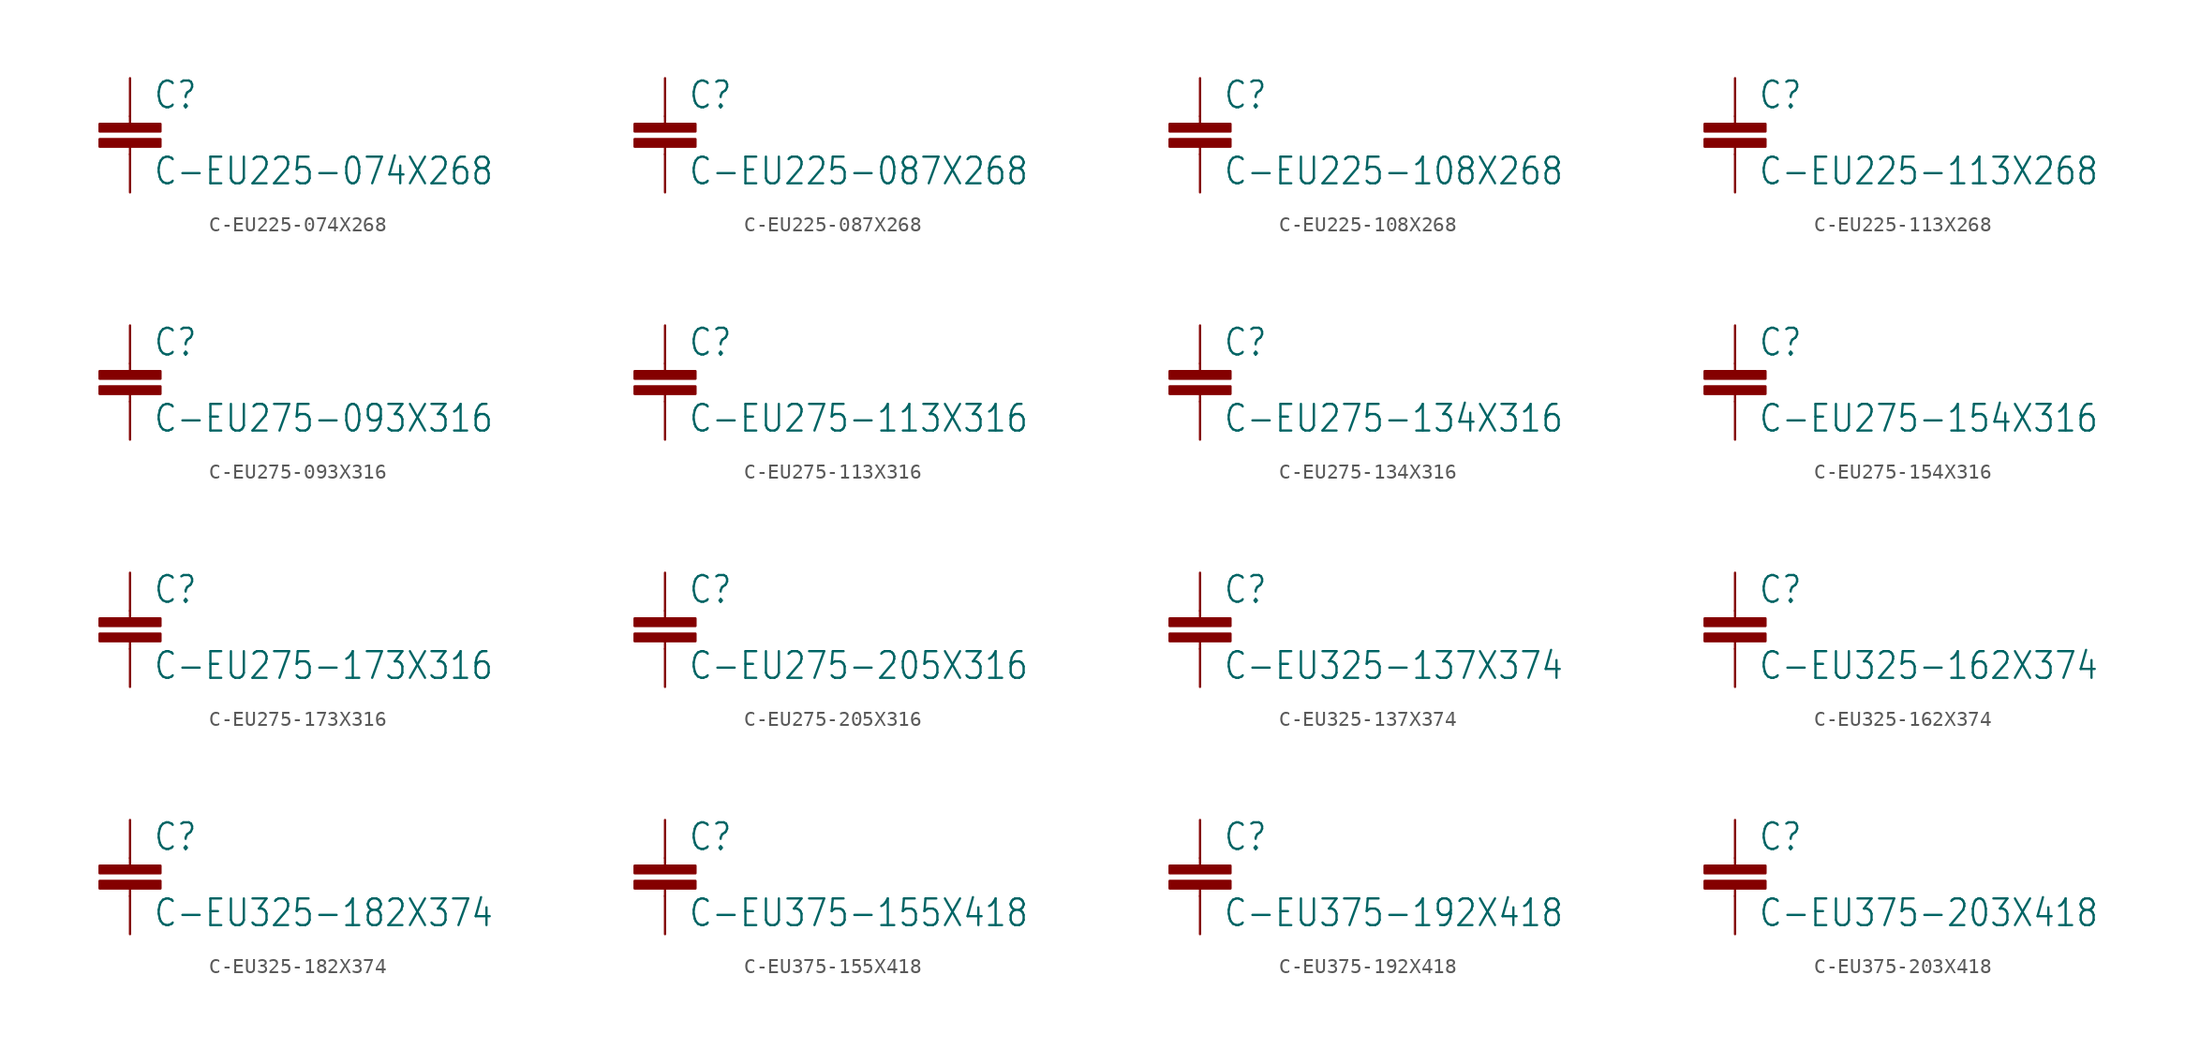
<source format=kicad_sym>
(kicad_symbol_lib
  (version 20220331)
  (generator kicad_symbol_editor)
  (symbol "C-EU225-074X268"
    (property "Reference" "C"
      (at 1.524 0.381 0)
      (effects (font (size 1.778 1.511)) (justify left bottom)))
    (property "Value" "C-EU225-074X268"
      (at 1.524 -4.699 0)
      (effects (font (size 1.778 1.511)) (justify left bottom)))
    (property "ki_locked" ""
      (at 0 0 0)
      (effects (font (size 1.27 1.27))))
    (symbol "C-EU225-074X268_1_0"
      (rectangle (start -2.032 -2.032) (end 2.032 -1.524) (stroke (width 0) (type default)) (fill (type outline)))
      (rectangle (start -2.032 -1.016) (end 2.032 -0.508) (stroke (width 0) (type default)) (fill (type outline)))
      (polyline (pts (xy 0 -2.54) (xy 0 -2.032)) (stroke (width 0.152) (type solid)) (fill (type none)))
      (polyline (pts (xy 0 0) (xy 0 -0.508)) (stroke (width 0.152) (type solid)) (fill (type none)))
      (pin passive line (at 0 2.54 270) (length 2.54) (name "1" (effects (font (size 0 0)))) (number "1" (effects (font (size 0 0)))))
      (pin passive line (at 0 -5.08 90) (length 2.54) (name "2" (effects (font (size 0 0)))) (number "2" (effects (font (size 0 0)))))))
  (symbol "C-EU225-087X268"
    (property "Reference" "C"
      (at 1.524 0.381 0)
      (effects (font (size 1.778 1.511)) (justify left bottom)))
    (property "Value" "C-EU225-087X268"
      (at 1.524 -4.699 0)
      (effects (font (size 1.778 1.511)) (justify left bottom)))
    (property "ki_locked" ""
      (at 0 0 0)
      (effects (font (size 1.27 1.27))))
    (symbol "C-EU225-087X268_1_0"
      (rectangle (start -2.032 -2.032) (end 2.032 -1.524) (stroke (width 0) (type default)) (fill (type outline)))
      (rectangle (start -2.032 -1.016) (end 2.032 -0.508) (stroke (width 0) (type default)) (fill (type outline)))
      (polyline (pts (xy 0 -2.54) (xy 0 -2.032)) (stroke (width 0.152) (type solid)) (fill (type none)))
      (polyline (pts (xy 0 0) (xy 0 -0.508)) (stroke (width 0.152) (type solid)) (fill (type none)))
      (pin passive line (at 0 2.54 270) (length 2.54) (name "1" (effects (font (size 0 0)))) (number "1" (effects (font (size 0 0)))))
      (pin passive line (at 0 -5.08 90) (length 2.54) (name "2" (effects (font (size 0 0)))) (number "2" (effects (font (size 0 0)))))))
  (symbol "C-EU225-108X268"
    (property "Reference" "C"
      (at 1.524 0.381 0)
      (effects (font (size 1.778 1.511)) (justify left bottom)))
    (property "Value" "C-EU225-108X268"
      (at 1.524 -4.699 0)
      (effects (font (size 1.778 1.511)) (justify left bottom)))
    (property "ki_locked" ""
      (at 0 0 0)
      (effects (font (size 1.27 1.27))))
    (symbol "C-EU225-108X268_1_0"
      (rectangle (start -2.032 -2.032) (end 2.032 -1.524) (stroke (width 0) (type default)) (fill (type outline)))
      (rectangle (start -2.032 -1.016) (end 2.032 -0.508) (stroke (width 0) (type default)) (fill (type outline)))
      (polyline (pts (xy 0 -2.54) (xy 0 -2.032)) (stroke (width 0.152) (type solid)) (fill (type none)))
      (polyline (pts (xy 0 0) (xy 0 -0.508)) (stroke (width 0.152) (type solid)) (fill (type none)))
      (pin passive line (at 0 2.54 270) (length 2.54) (name "1" (effects (font (size 0 0)))) (number "1" (effects (font (size 0 0)))))
      (pin passive line (at 0 -5.08 90) (length 2.54) (name "2" (effects (font (size 0 0)))) (number "2" (effects (font (size 0 0)))))))
  (symbol "C-EU225-113X268"
    (property "Reference" "C"
      (at 1.524 0.381 0)
      (effects (font (size 1.778 1.511)) (justify left bottom)))
    (property "Value" "C-EU225-113X268"
      (at 1.524 -4.699 0)
      (effects (font (size 1.778 1.511)) (justify left bottom)))
    (property "ki_locked" ""
      (at 0 0 0)
      (effects (font (size 1.27 1.27))))
    (symbol "C-EU225-113X268_1_0"
      (rectangle (start -2.032 -2.032) (end 2.032 -1.524) (stroke (width 0) (type default)) (fill (type outline)))
      (rectangle (start -2.032 -1.016) (end 2.032 -0.508) (stroke (width 0) (type default)) (fill (type outline)))
      (polyline (pts (xy 0 -2.54) (xy 0 -2.032)) (stroke (width 0.152) (type solid)) (fill (type none)))
      (polyline (pts (xy 0 0) (xy 0 -0.508)) (stroke (width 0.152) (type solid)) (fill (type none)))
      (pin passive line (at 0 2.54 270) (length 2.54) (name "1" (effects (font (size 0 0)))) (number "1" (effects (font (size 0 0)))))
      (pin passive line (at 0 -5.08 90) (length 2.54) (name "2" (effects (font (size 0 0)))) (number "2" (effects (font (size 0 0)))))))
  (symbol "C-EU275-093X316"
    (property "Reference" "C"
      (at 1.524 0.381 0)
      (effects (font (size 1.778 1.511)) (justify left bottom)))
    (property "Value" "C-EU275-093X316"
      (at 1.524 -4.699 0)
      (effects (font (size 1.778 1.511)) (justify left bottom)))
    (property "ki_locked" ""
      (at 0 0 0)
      (effects (font (size 1.27 1.27))))
    (symbol "C-EU275-093X316_1_0"
      (rectangle (start -2.032 -2.032) (end 2.032 -1.524) (stroke (width 0) (type default)) (fill (type outline)))
      (rectangle (start -2.032 -1.016) (end 2.032 -0.508) (stroke (width 0) (type default)) (fill (type outline)))
      (polyline (pts (xy 0 -2.54) (xy 0 -2.032)) (stroke (width 0.152) (type solid)) (fill (type none)))
      (polyline (pts (xy 0 0) (xy 0 -0.508)) (stroke (width 0.152) (type solid)) (fill (type none)))
      (pin passive line (at 0 2.54 270) (length 2.54) (name "1" (effects (font (size 0 0)))) (number "1" (effects (font (size 0 0)))))
      (pin passive line (at 0 -5.08 90) (length 2.54) (name "2" (effects (font (size 0 0)))) (number "2" (effects (font (size 0 0)))))))
  (symbol "C-EU275-113X316"
    (property "Reference" "C"
      (at 1.524 0.381 0)
      (effects (font (size 1.778 1.511)) (justify left bottom)))
    (property "Value" "C-EU275-113X316"
      (at 1.524 -4.699 0)
      (effects (font (size 1.778 1.511)) (justify left bottom)))
    (property "ki_locked" ""
      (at 0 0 0)
      (effects (font (size 1.27 1.27))))
    (symbol "C-EU275-113X316_1_0"
      (rectangle (start -2.032 -2.032) (end 2.032 -1.524) (stroke (width 0) (type default)) (fill (type outline)))
      (rectangle (start -2.032 -1.016) (end 2.032 -0.508) (stroke (width 0) (type default)) (fill (type outline)))
      (polyline (pts (xy 0 -2.54) (xy 0 -2.032)) (stroke (width 0.152) (type solid)) (fill (type none)))
      (polyline (pts (xy 0 0) (xy 0 -0.508)) (stroke (width 0.152) (type solid)) (fill (type none)))
      (pin passive line (at 0 2.54 270) (length 2.54) (name "1" (effects (font (size 0 0)))) (number "1" (effects (font (size 0 0)))))
      (pin passive line (at 0 -5.08 90) (length 2.54) (name "2" (effects (font (size 0 0)))) (number "2" (effects (font (size 0 0)))))))
  (symbol "C-EU275-134X316"
    (property "Reference" "C"
      (at 1.524 0.381 0)
      (effects (font (size 1.778 1.511)) (justify left bottom)))
    (property "Value" "C-EU275-134X316"
      (at 1.524 -4.699 0)
      (effects (font (size 1.778 1.511)) (justify left bottom)))
    (property "ki_locked" ""
      (at 0 0 0)
      (effects (font (size 1.27 1.27))))
    (symbol "C-EU275-134X316_1_0"
      (rectangle (start -2.032 -2.032) (end 2.032 -1.524) (stroke (width 0) (type default)) (fill (type outline)))
      (rectangle (start -2.032 -1.016) (end 2.032 -0.508) (stroke (width 0) (type default)) (fill (type outline)))
      (polyline (pts (xy 0 -2.54) (xy 0 -2.032)) (stroke (width 0.152) (type solid)) (fill (type none)))
      (polyline (pts (xy 0 0) (xy 0 -0.508)) (stroke (width 0.152) (type solid)) (fill (type none)))
      (pin passive line (at 0 2.54 270) (length 2.54) (name "1" (effects (font (size 0 0)))) (number "1" (effects (font (size 0 0)))))
      (pin passive line (at 0 -5.08 90) (length 2.54) (name "2" (effects (font (size 0 0)))) (number "2" (effects (font (size 0 0)))))))
  (symbol "C-EU275-154X316"
    (property "Reference" "C"
      (at 1.524 0.381 0)
      (effects (font (size 1.778 1.511)) (justify left bottom)))
    (property "Value" "C-EU275-154X316"
      (at 1.524 -4.699 0)
      (effects (font (size 1.778 1.511)) (justify left bottom)))
    (property "ki_locked" ""
      (at 0 0 0)
      (effects (font (size 1.27 1.27))))
    (symbol "C-EU275-154X316_1_0"
      (rectangle (start -2.032 -2.032) (end 2.032 -1.524) (stroke (width 0) (type default)) (fill (type outline)))
      (rectangle (start -2.032 -1.016) (end 2.032 -0.508) (stroke (width 0) (type default)) (fill (type outline)))
      (polyline (pts (xy 0 -2.54) (xy 0 -2.032)) (stroke (width 0.152) (type solid)) (fill (type none)))
      (polyline (pts (xy 0 0) (xy 0 -0.508)) (stroke (width 0.152) (type solid)) (fill (type none)))
      (pin passive line (at 0 2.54 270) (length 2.54) (name "1" (effects (font (size 0 0)))) (number "1" (effects (font (size 0 0)))))
      (pin passive line (at 0 -5.08 90) (length 2.54) (name "2" (effects (font (size 0 0)))) (number "2" (effects (font (size 0 0)))))))
  (symbol "C-EU275-173X316"
    (property "Reference" "C"
      (at 1.524 0.381 0)
      (effects (font (size 1.778 1.511)) (justify left bottom)))
    (property "Value" "C-EU275-173X316"
      (at 1.524 -4.699 0)
      (effects (font (size 1.778 1.511)) (justify left bottom)))
    (property "ki_locked" ""
      (at 0 0 0)
      (effects (font (size 1.27 1.27))))
    (symbol "C-EU275-173X316_1_0"
      (rectangle (start -2.032 -2.032) (end 2.032 -1.524) (stroke (width 0) (type default)) (fill (type outline)))
      (rectangle (start -2.032 -1.016) (end 2.032 -0.508) (stroke (width 0) (type default)) (fill (type outline)))
      (polyline (pts (xy 0 -2.54) (xy 0 -2.032)) (stroke (width 0.152) (type solid)) (fill (type none)))
      (polyline (pts (xy 0 0) (xy 0 -0.508)) (stroke (width 0.152) (type solid)) (fill (type none)))
      (pin passive line (at 0 2.54 270) (length 2.54) (name "1" (effects (font (size 0 0)))) (number "1" (effects (font (size 0 0)))))
      (pin passive line (at 0 -5.08 90) (length 2.54) (name "2" (effects (font (size 0 0)))) (number "2" (effects (font (size 0 0)))))))
  (symbol "C-EU275-205X316"
    (property "Reference" "C"
      (at 1.524 0.381 0)
      (effects (font (size 1.778 1.511)) (justify left bottom)))
    (property "Value" "C-EU275-205X316"
      (at 1.524 -4.699 0)
      (effects (font (size 1.778 1.511)) (justify left bottom)))
    (property "ki_locked" ""
      (at 0 0 0)
      (effects (font (size 1.27 1.27))))
    (symbol "C-EU275-205X316_1_0"
      (rectangle (start -2.032 -2.032) (end 2.032 -1.524) (stroke (width 0) (type default)) (fill (type outline)))
      (rectangle (start -2.032 -1.016) (end 2.032 -0.508) (stroke (width 0) (type default)) (fill (type outline)))
      (polyline (pts (xy 0 -2.54) (xy 0 -2.032)) (stroke (width 0.152) (type solid)) (fill (type none)))
      (polyline (pts (xy 0 0) (xy 0 -0.508)) (stroke (width 0.152) (type solid)) (fill (type none)))
      (pin passive line (at 0 2.54 270) (length 2.54) (name "1" (effects (font (size 0 0)))) (number "1" (effects (font (size 0 0)))))
      (pin passive line (at 0 -5.08 90) (length 2.54) (name "2" (effects (font (size 0 0)))) (number "2" (effects (font (size 0 0)))))))
  (symbol "C-EU325-137X374"
    (property "Reference" "C"
      (at 1.524 0.381 0)
      (effects (font (size 1.778 1.511)) (justify left bottom)))
    (property "Value" "C-EU325-137X374"
      (at 1.524 -4.699 0)
      (effects (font (size 1.778 1.511)) (justify left bottom)))
    (property "ki_locked" ""
      (at 0 0 0)
      (effects (font (size 1.27 1.27))))
    (symbol "C-EU325-137X374_1_0"
      (rectangle (start -2.032 -2.032) (end 2.032 -1.524) (stroke (width 0) (type default)) (fill (type outline)))
      (rectangle (start -2.032 -1.016) (end 2.032 -0.508) (stroke (width 0) (type default)) (fill (type outline)))
      (polyline (pts (xy 0 -2.54) (xy 0 -2.032)) (stroke (width 0.152) (type solid)) (fill (type none)))
      (polyline (pts (xy 0 0) (xy 0 -0.508)) (stroke (width 0.152) (type solid)) (fill (type none)))
      (pin passive line (at 0 2.54 270) (length 2.54) (name "1" (effects (font (size 0 0)))) (number "1" (effects (font (size 0 0)))))
      (pin passive line (at 0 -5.08 90) (length 2.54) (name "2" (effects (font (size 0 0)))) (number "2" (effects (font (size 0 0)))))))
  (symbol "C-EU325-162X374"
    (property "Reference" "C"
      (at 1.524 0.381 0)
      (effects (font (size 1.778 1.511)) (justify left bottom)))
    (property "Value" "C-EU325-162X374"
      (at 1.524 -4.699 0)
      (effects (font (size 1.778 1.511)) (justify left bottom)))
    (property "ki_locked" ""
      (at 0 0 0)
      (effects (font (size 1.27 1.27))))
    (symbol "C-EU325-162X374_1_0"
      (rectangle (start -2.032 -2.032) (end 2.032 -1.524) (stroke (width 0) (type default)) (fill (type outline)))
      (rectangle (start -2.032 -1.016) (end 2.032 -0.508) (stroke (width 0) (type default)) (fill (type outline)))
      (polyline (pts (xy 0 -2.54) (xy 0 -2.032)) (stroke (width 0.152) (type solid)) (fill (type none)))
      (polyline (pts (xy 0 0) (xy 0 -0.508)) (stroke (width 0.152) (type solid)) (fill (type none)))
      (pin passive line (at 0 2.54 270) (length 2.54) (name "1" (effects (font (size 0 0)))) (number "1" (effects (font (size 0 0)))))
      (pin passive line (at 0 -5.08 90) (length 2.54) (name "2" (effects (font (size 0 0)))) (number "2" (effects (font (size 0 0)))))))
  (symbol "C-EU325-182X374"
    (property "Reference" "C"
      (at 1.524 0.381 0)
      (effects (font (size 1.778 1.511)) (justify left bottom)))
    (property "Value" "C-EU325-182X374"
      (at 1.524 -4.699 0)
      (effects (font (size 1.778 1.511)) (justify left bottom)))
    (property "ki_locked" ""
      (at 0 0 0)
      (effects (font (size 1.27 1.27))))
    (symbol "C-EU325-182X374_1_0"
      (rectangle (start -2.032 -2.032) (end 2.032 -1.524) (stroke (width 0) (type default)) (fill (type outline)))
      (rectangle (start -2.032 -1.016) (end 2.032 -0.508) (stroke (width 0) (type default)) (fill (type outline)))
      (polyline (pts (xy 0 -2.54) (xy 0 -2.032)) (stroke (width 0.152) (type solid)) (fill (type none)))
      (polyline (pts (xy 0 0) (xy 0 -0.508)) (stroke (width 0.152) (type solid)) (fill (type none)))
      (pin passive line (at 0 2.54 270) (length 2.54) (name "1" (effects (font (size 0 0)))) (number "1" (effects (font (size 0 0)))))
      (pin passive line (at 0 -5.08 90) (length 2.54) (name "2" (effects (font (size 0 0)))) (number "2" (effects (font (size 0 0)))))))
  (symbol "C-EU375-155X418"
    (property "Reference" "C"
      (at 1.524 0.381 0)
      (effects (font (size 1.778 1.511)) (justify left bottom)))
    (property "Value" "C-EU375-155X418"
      (at 1.524 -4.699 0)
      (effects (font (size 1.778 1.511)) (justify left bottom)))
    (property "ki_locked" ""
      (at 0 0 0)
      (effects (font (size 1.27 1.27))))
    (symbol "C-EU375-155X418_1_0"
      (rectangle (start -2.032 -2.032) (end 2.032 -1.524) (stroke (width 0) (type default)) (fill (type outline)))
      (rectangle (start -2.032 -1.016) (end 2.032 -0.508) (stroke (width 0) (type default)) (fill (type outline)))
      (polyline (pts (xy 0 -2.54) (xy 0 -2.032)) (stroke (width 0.152) (type solid)) (fill (type none)))
      (polyline (pts (xy 0 0) (xy 0 -0.508)) (stroke (width 0.152) (type solid)) (fill (type none)))
      (pin passive line (at 0 2.54 270) (length 2.54) (name "1" (effects (font (size 0 0)))) (number "1" (effects (font (size 0 0)))))
      (pin passive line (at 0 -5.08 90) (length 2.54) (name "2" (effects (font (size 0 0)))) (number "2" (effects (font (size 0 0)))))))
  (symbol "C-EU375-192X418"
    (property "Reference" "C"
      (at 1.524 0.381 0)
      (effects (font (size 1.778 1.511)) (justify left bottom)))
    (property "Value" "C-EU375-192X418"
      (at 1.524 -4.699 0)
      (effects (font (size 1.778 1.511)) (justify left bottom)))
    (property "ki_locked" ""
      (at 0 0 0)
      (effects (font (size 1.27 1.27))))
    (symbol "C-EU375-192X418_1_0"
      (rectangle (start -2.032 -2.032) (end 2.032 -1.524) (stroke (width 0) (type default)) (fill (type outline)))
      (rectangle (start -2.032 -1.016) (end 2.032 -0.508) (stroke (width 0) (type default)) (fill (type outline)))
      (polyline (pts (xy 0 -2.54) (xy 0 -2.032)) (stroke (width 0.152) (type solid)) (fill (type none)))
      (polyline (pts (xy 0 0) (xy 0 -0.508)) (stroke (width 0.152) (type solid)) (fill (type none)))
      (pin passive line (at 0 2.54 270) (length 2.54) (name "1" (effects (font (size 0 0)))) (number "1" (effects (font (size 0 0)))))
      (pin passive line (at 0 -5.08 90) (length 2.54) (name "2" (effects (font (size 0 0)))) (number "2" (effects (font (size 0 0)))))))
  (symbol "C-EU375-203X418"
    (property "Reference" "C"
      (at 1.524 0.381 0)
      (effects (font (size 1.778 1.511)) (justify left bottom)))
    (property "Value" "C-EU375-203X418"
      (at 1.524 -4.699 0)
      (effects (font (size 1.778 1.511)) (justify left bottom)))
    (property "ki_locked" ""
      (at 0 0 0)
      (effects (font (size 1.27 1.27))))
    (symbol "C-EU375-203X418_1_0"
      (rectangle (start -2.032 -2.032) (end 2.032 -1.524) (stroke (width 0) (type default)) (fill (type outline)))
      (rectangle (start -2.032 -1.016) (end 2.032 -0.508) (stroke (width 0) (type default)) (fill (type outline)))
      (polyline (pts (xy 0 -2.54) (xy 0 -2.032)) (stroke (width 0.152) (type solid)) (fill (type none)))
      (polyline (pts (xy 0 0) (xy 0 -0.508)) (stroke (width 0.152) (type solid)) (fill (type none)))
      (pin passive line (at 0 2.54 270) (length 2.54) (name "1" (effects (font (size 0 0)))) (number "1" (effects (font (size 0 0)))))
      (pin passive line (at 0 -5.08 90) (length 2.54) (name "2" (effects (font (size 0 0)))) (number "2" (effects (font (size 0 0))))))))
</source>
